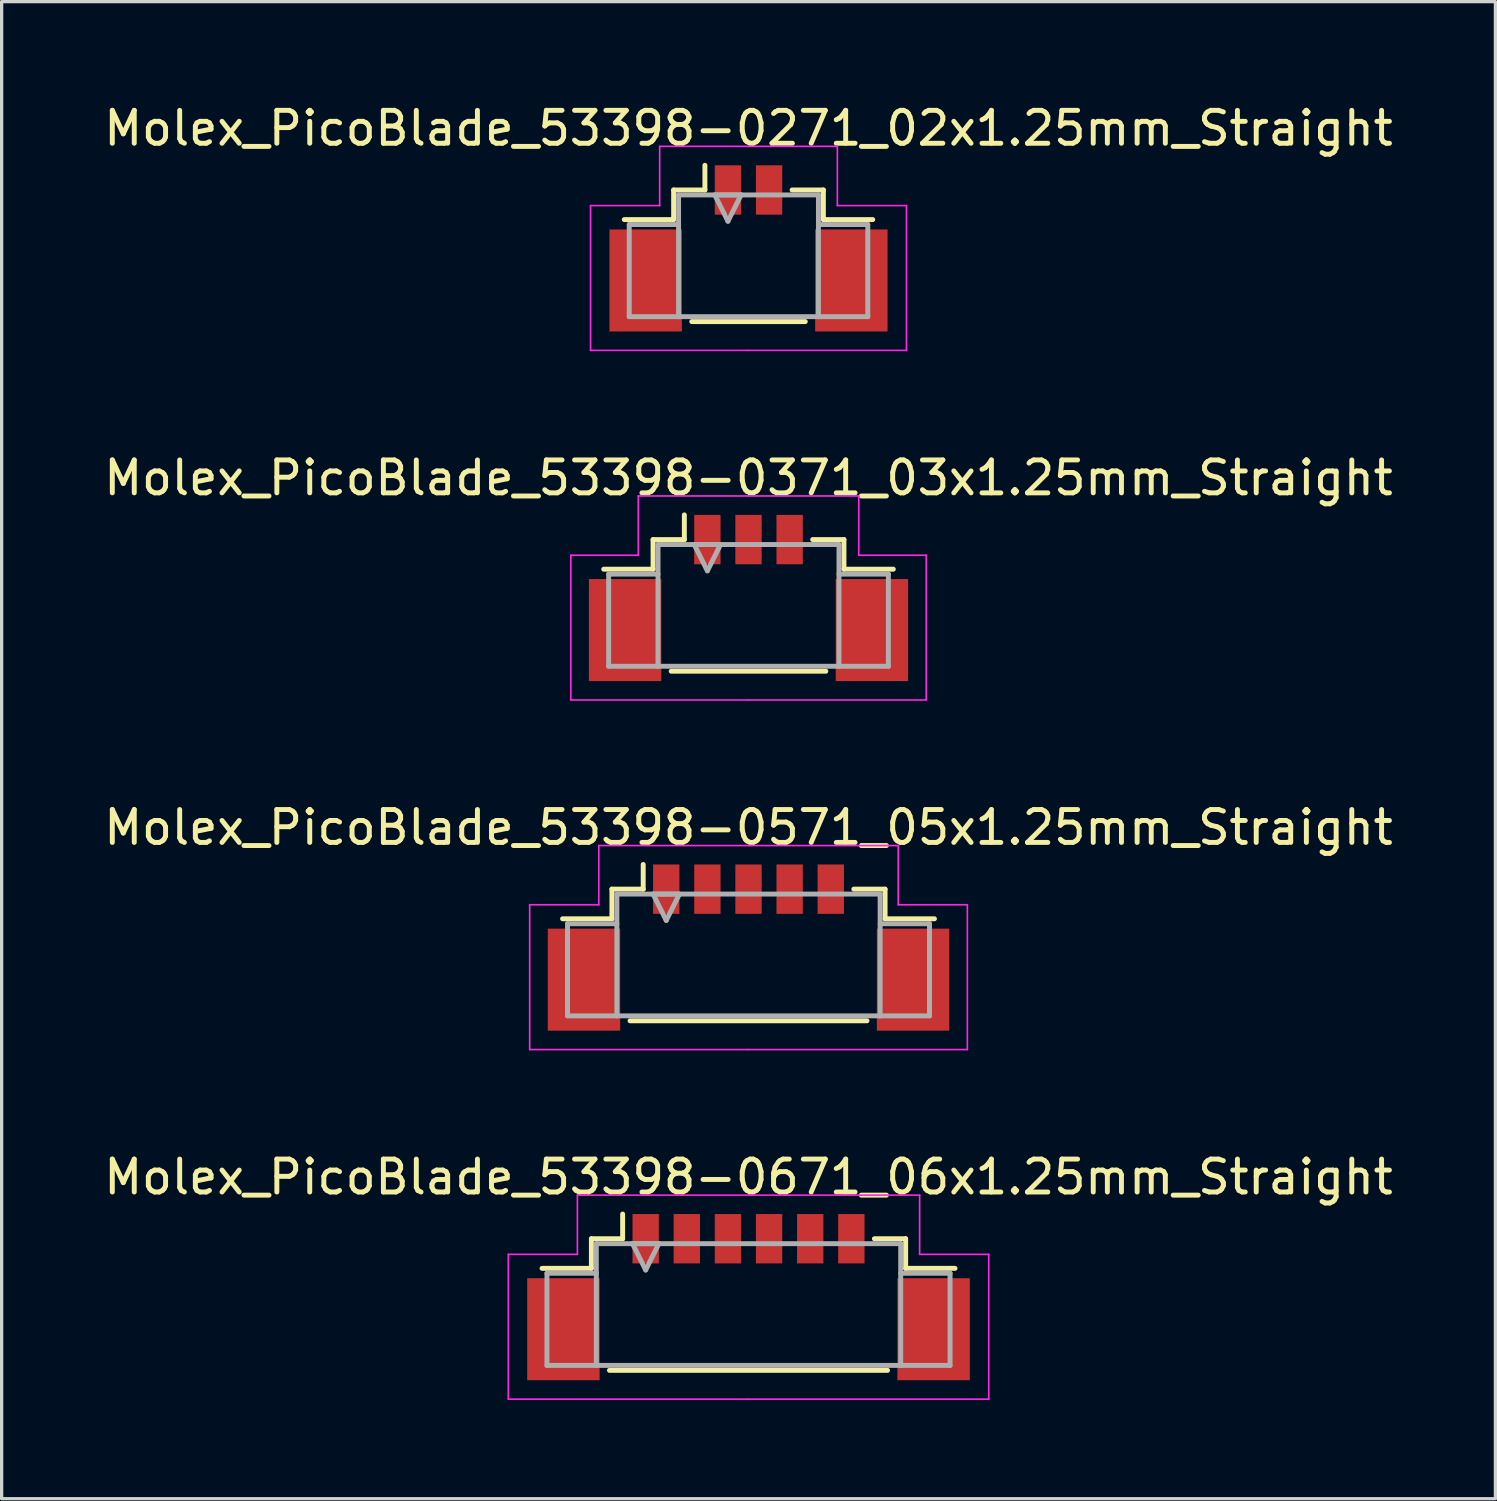
<source format=kicad_pcb>
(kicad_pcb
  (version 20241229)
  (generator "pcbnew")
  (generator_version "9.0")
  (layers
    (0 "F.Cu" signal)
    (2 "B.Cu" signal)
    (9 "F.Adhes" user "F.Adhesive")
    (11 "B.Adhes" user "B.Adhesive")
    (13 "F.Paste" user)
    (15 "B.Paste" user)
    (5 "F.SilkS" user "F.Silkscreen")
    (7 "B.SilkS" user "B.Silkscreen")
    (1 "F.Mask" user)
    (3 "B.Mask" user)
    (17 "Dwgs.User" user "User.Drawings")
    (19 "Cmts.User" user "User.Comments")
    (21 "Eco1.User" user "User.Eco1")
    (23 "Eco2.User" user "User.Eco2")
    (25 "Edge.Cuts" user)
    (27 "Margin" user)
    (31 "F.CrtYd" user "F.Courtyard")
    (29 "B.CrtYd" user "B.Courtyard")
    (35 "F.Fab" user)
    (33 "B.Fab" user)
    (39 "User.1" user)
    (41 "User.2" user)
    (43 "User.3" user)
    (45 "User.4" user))
  (footprint "Molex_PicoBlade_53398-0671_06x1.25mm_Straight"
    (layer "F.Cu")
    (at 19.696 35.968)
    (property "Reference" "Molex_PicoBlade_53398-0671_06x1.25mm_Straight" (at 0 -3.25 0) (layer "F.SilkS") (effects (font (size 1 1) (thickness 0.15))))
    (attr smd)
    (fp_line (start -4.775 -1.375) (end -4.775 -0.475) (stroke (width 0.15) (type solid)) (layer "F.SilkS"))
    (fp_line (start -4.775 -0.475) (end -6.275 -0.475) (stroke (width 0.15) (type solid)) (layer "F.SilkS"))
    (fp_line (start -4.225 2.625) (end 4.225 2.625) (stroke (width 0.15) (type solid)) (layer "F.SilkS"))
    (fp_line (start -3.825 -1.375) (end -4.775 -1.375) (stroke (width 0.15) (type solid)) (layer "F.SilkS"))
    (fp_line (start -3.825 -1.375) (end -3.825 -2.125) (stroke (width 0.15) (type solid)) (layer "F.SilkS"))
    (fp_line (start 3.825 -1.375) (end 4.775 -1.375) (stroke (width 0.15) (type solid)) (layer "F.SilkS"))
    (fp_line (start 4.775 -1.375) (end 4.775 -0.475) (stroke (width 0.15) (type solid)) (layer "F.SilkS"))
    (fp_line (start 4.775 -0.475) (end 6.275 -0.475) (stroke (width 0.15) (type solid)) (layer "F.SilkS"))
    (fp_line (start -7.3 -0.9) (end -7.3 3.5) (stroke (width 0.05) (type solid)) (layer "F.CrtYd"))
    (fp_line (start -7.3 3.5) (end 0 3.5) (stroke (width 0.05) (type solid)) (layer "F.CrtYd"))
    (fp_line (start -5.2 -2.7) (end -5.2 -0.9) (stroke (width 0.05) (type solid)) (layer "F.CrtYd"))
    (fp_line (start -5.2 -0.9) (end -7.3 -0.9) (stroke (width 0.05) (type solid)) (layer "F.CrtYd"))
    (fp_line (start 0 -2.7) (end -5.2 -2.7) (stroke (width 0.05) (type solid)) (layer "F.CrtYd"))
    (fp_line (start 0 -2.7) (end 5.2 -2.7) (stroke (width 0.05) (type solid)) (layer "F.CrtYd"))
    (fp_line (start 5.2 -2.7) (end 5.2 -0.9) (stroke (width 0.05) (type solid)) (layer "F.CrtYd"))
    (fp_line (start 5.2 -0.9) (end 7.3 -0.9) (stroke (width 0.05) (type solid)) (layer "F.CrtYd"))
    (fp_line (start 7.3 -0.9) (end 7.3 3.5) (stroke (width 0.05) (type solid)) (layer "F.CrtYd"))
    (fp_line (start 7.3 3.5) (end 0 3.5) (stroke (width 0.05) (type solid)) (layer "F.CrtYd"))
    (fp_line (start -6.125 -0.325) (end -4.625 -0.325) (stroke (width 0.15) (type solid)) (layer "F.Fab"))
    (fp_line (start -6.125 2.475) (end -6.125 -0.325) (stroke (width 0.15) (type solid)) (layer "F.Fab"))
    (fp_line (start -4.625 -1.225) (end -4.625 2.475) (stroke (width 0.15) (type solid)) (layer "F.Fab"))
    (fp_line (start -4.625 2.475) (end -6.125 2.475) (stroke (width 0.15) (type solid)) (layer "F.Fab"))
    (fp_line (start -4.625 2.475) (end 4.625 2.475) (stroke (width 0.15) (type solid)) (layer "F.Fab"))
    (fp_line (start -3.525 -1.225) (end -3.125 -0.425) (stroke (width 0.15) (type solid)) (layer "F.Fab"))
    (fp_line (start -3.125 -0.425) (end -2.725 -1.225) (stroke (width 0.15) (type solid)) (layer "F.Fab"))
    (fp_line (start -2.725 -1.225) (end -3.525 -1.225) (stroke (width 0.15) (type solid)) (layer "F.Fab"))
    (fp_line (start 4.625 -1.225) (end -4.625 -1.225) (stroke (width 0.15) (type solid)) (layer "F.Fab"))
    (fp_line (start 4.625 2.475) (end 4.625 -1.225) (stroke (width 0.15) (type solid)) (layer "F.Fab"))
    (fp_line (start 4.625 2.475) (end 6.125 2.475) (stroke (width 0.15) (type solid)) (layer "F.Fab"))
    (fp_line (start 6.125 -0.325) (end 4.625 -0.325) (stroke (width 0.15) (type solid)) (layer "F.Fab"))
    (fp_line (start 6.125 2.475) (end 6.125 -0.325) (stroke (width 0.15) (type solid)) (layer "F.Fab"))
    (pad "" smd rect (at -5.625 1.375) (size 2.2 3.1) (layers "F.Cu" "F.Mask" "F.Paste"))
    (pad "" smd rect (at 5.625 1.375) (size 2.2 3.1) (layers "F.Cu" "F.Mask" "F.Paste"))
    (pad "1" smd rect (at -3.125 -1.375) (size 0.8 1.5) (layers "F.Cu" "F.Mask" "F.Paste"))
    (pad "2" smd rect (at -1.875 -1.375) (size 0.8 1.5) (layers "F.Cu" "F.Mask" "F.Paste"))
    (pad "3" smd rect (at -0.625 -1.375) (size 0.8 1.5) (layers "F.Cu" "F.Mask" "F.Paste"))
    (pad "4" smd rect (at 0.625 -1.375) (size 0.8 1.5) (layers "F.Cu" "F.Mask" "F.Paste"))
    (pad "5" smd rect (at 1.875 -1.375) (size 0.8 1.5) (layers "F.Cu" "F.Mask" "F.Paste"))
    (pad "6" smd rect (at 3.125 -1.375) (size 0.8 1.5) (layers "F.Cu" "F.Mask" "F.Paste")))
  (footprint "Molex_PicoBlade_53398-0371_03x1.25mm_Straight"
    (layer "F.Cu")
    (at 19.696 14.722)
    (property "Reference" "Molex_PicoBlade_53398-0371_03x1.25mm_Straight" (at 0 -3.25 0) (layer "F.SilkS") (effects (font (size 1 1) (thickness 0.15))))
    (attr smd)
    (fp_line (start -2.9 -1.375) (end -2.9 -0.475) (stroke (width 0.15) (type solid)) (layer "F.SilkS"))
    (fp_line (start -2.9 -0.475) (end -4.4 -0.475) (stroke (width 0.15) (type solid)) (layer "F.SilkS"))
    (fp_line (start -2.35 2.625) (end 2.35 2.625) (stroke (width 0.15) (type solid)) (layer "F.SilkS"))
    (fp_line (start -1.95 -1.375) (end -2.9 -1.375) (stroke (width 0.15) (type solid)) (layer "F.SilkS"))
    (fp_line (start -1.95 -1.375) (end -1.95 -2.125) (stroke (width 0.15) (type solid)) (layer "F.SilkS"))
    (fp_line (start 1.95 -1.375) (end 2.9 -1.375) (stroke (width 0.15) (type solid)) (layer "F.SilkS"))
    (fp_line (start 2.9 -1.375) (end 2.9 -0.475) (stroke (width 0.15) (type solid)) (layer "F.SilkS"))
    (fp_line (start 2.9 -0.475) (end 4.4 -0.475) (stroke (width 0.15) (type solid)) (layer "F.SilkS"))
    (fp_line (start -5.4 -0.9) (end -5.4 3.5) (stroke (width 0.05) (type solid)) (layer "F.CrtYd"))
    (fp_line (start -5.4 3.5) (end 0 3.5) (stroke (width 0.05) (type solid)) (layer "F.CrtYd"))
    (fp_line (start -3.35 -2.7) (end -3.35 -0.9) (stroke (width 0.05) (type solid)) (layer "F.CrtYd"))
    (fp_line (start -3.35 -0.9) (end -5.4 -0.9) (stroke (width 0.05) (type solid)) (layer "F.CrtYd"))
    (fp_line (start 0 -2.7) (end -3.35 -2.7) (stroke (width 0.05) (type solid)) (layer "F.CrtYd"))
    (fp_line (start 0 -2.7) (end 3.35 -2.7) (stroke (width 0.05) (type solid)) (layer "F.CrtYd"))
    (fp_line (start 3.35 -2.7) (end 3.35 -0.9) (stroke (width 0.05) (type solid)) (layer "F.CrtYd"))
    (fp_line (start 3.35 -0.9) (end 5.4 -0.9) (stroke (width 0.05) (type solid)) (layer "F.CrtYd"))
    (fp_line (start 5.4 -0.9) (end 5.4 3.5) (stroke (width 0.05) (type solid)) (layer "F.CrtYd"))
    (fp_line (start 5.4 3.5) (end 0 3.5) (stroke (width 0.05) (type solid)) (layer "F.CrtYd"))
    (fp_line (start -4.25 -0.325) (end -2.75 -0.325) (stroke (width 0.15) (type solid)) (layer "F.Fab"))
    (fp_line (start -4.25 2.475) (end -4.25 -0.325) (stroke (width 0.15) (type solid)) (layer "F.Fab"))
    (fp_line (start -2.75 -1.225) (end -2.75 2.475) (stroke (width 0.15) (type solid)) (layer "F.Fab"))
    (fp_line (start -2.75 2.475) (end -4.25 2.475) (stroke (width 0.15) (type solid)) (layer "F.Fab"))
    (fp_line (start -2.75 2.475) (end 2.75 2.475) (stroke (width 0.15) (type solid)) (layer "F.Fab"))
    (fp_line (start -1.65 -1.225) (end -1.25 -0.425) (stroke (width 0.15) (type solid)) (layer "F.Fab"))
    (fp_line (start -1.25 -0.425) (end -0.85 -1.225) (stroke (width 0.15) (type solid)) (layer "F.Fab"))
    (fp_line (start -0.85 -1.225) (end -1.65 -1.225) (stroke (width 0.15) (type solid)) (layer "F.Fab"))
    (fp_line (start 2.75 -1.225) (end -2.75 -1.225) (stroke (width 0.15) (type solid)) (layer "F.Fab"))
    (fp_line (start 2.75 2.475) (end 2.75 -1.225) (stroke (width 0.15) (type solid)) (layer "F.Fab"))
    (fp_line (start 2.75 2.475) (end 4.25 2.475) (stroke (width 0.15) (type solid)) (layer "F.Fab"))
    (fp_line (start 4.25 -0.325) (end 2.75 -0.325) (stroke (width 0.15) (type solid)) (layer "F.Fab"))
    (fp_line (start 4.25 2.475) (end 4.25 -0.325) (stroke (width 0.15) (type solid)) (layer "F.Fab"))
    (pad "" smd rect (at -3.75 1.375) (size 2.2 3.1) (layers "F.Cu" "F.Mask" "F.Paste"))
    (pad "" smd rect (at 3.75 1.375) (size 2.2 3.1) (layers "F.Cu" "F.Mask" "F.Paste"))
    (pad "1" smd rect (at -1.25 -1.375) (size 0.8 1.5) (layers "F.Cu" "F.Mask" "F.Paste"))
    (pad "2" smd rect (at 0 -1.375) (size 0.8 1.5) (layers "F.Cu" "F.Mask" "F.Paste"))
    (pad "3" smd rect (at 1.25 -1.375) (size 0.8 1.5) (layers "F.Cu" "F.Mask" "F.Paste")))
  (footprint "Molex_PicoBlade_53398-0271_02x1.25mm_Straight"
    (layer "F.Cu")
    (at 19.696 4.098)
    (property "Reference" "Molex_PicoBlade_53398-0271_02x1.25mm_Straight" (at 0 -3.25 0) (layer "F.SilkS") (effects (font (size 1 1) (thickness 0.15))))
    (attr smd)
    (fp_line (start -2.275 -1.375) (end -2.275 -0.475) (stroke (width 0.15) (type solid)) (layer "F.SilkS"))
    (fp_line (start -2.275 -0.475) (end -3.775 -0.475) (stroke (width 0.15) (type solid)) (layer "F.SilkS"))
    (fp_line (start -1.725 2.625) (end 1.725 2.625) (stroke (width 0.15) (type solid)) (layer "F.SilkS"))
    (fp_line (start -1.325 -1.375) (end -2.275 -1.375) (stroke (width 0.15) (type solid)) (layer "F.SilkS"))
    (fp_line (start -1.325 -1.375) (end -1.325 -2.125) (stroke (width 0.15) (type solid)) (layer "F.SilkS"))
    (fp_line (start 1.325 -1.375) (end 2.275 -1.375) (stroke (width 0.15) (type solid)) (layer "F.SilkS"))
    (fp_line (start 2.275 -1.375) (end 2.275 -0.475) (stroke (width 0.15) (type solid)) (layer "F.SilkS"))
    (fp_line (start 2.275 -0.475) (end 3.775 -0.475) (stroke (width 0.15) (type solid)) (layer "F.SilkS"))
    (fp_line (start -4.8 -0.9) (end -4.8 3.5) (stroke (width 0.05) (type solid)) (layer "F.CrtYd"))
    (fp_line (start -4.8 3.5) (end 0 3.5) (stroke (width 0.05) (type solid)) (layer "F.CrtYd"))
    (fp_line (start -2.7 -2.7) (end -2.7 -0.9) (stroke (width 0.05) (type solid)) (layer "F.CrtYd"))
    (fp_line (start -2.7 -0.9) (end -4.8 -0.9) (stroke (width 0.05) (type solid)) (layer "F.CrtYd"))
    (fp_line (start 0 -2.7) (end -2.7 -2.7) (stroke (width 0.05) (type solid)) (layer "F.CrtYd"))
    (fp_line (start 0 -2.7) (end 2.7 -2.7) (stroke (width 0.05) (type solid)) (layer "F.CrtYd"))
    (fp_line (start 2.7 -2.7) (end 2.7 -0.9) (stroke (width 0.05) (type solid)) (layer "F.CrtYd"))
    (fp_line (start 2.7 -0.9) (end 4.8 -0.9) (stroke (width 0.05) (type solid)) (layer "F.CrtYd"))
    (fp_line (start 4.8 -0.9) (end 4.8 3.5) (stroke (width 0.05) (type solid)) (layer "F.CrtYd"))
    (fp_line (start 4.8 3.5) (end 0 3.5) (stroke (width 0.05) (type solid)) (layer "F.CrtYd"))
    (fp_line (start -3.625 -0.325) (end -2.125 -0.325) (stroke (width 0.15) (type solid)) (layer "F.Fab"))
    (fp_line (start -3.625 2.475) (end -3.625 -0.325) (stroke (width 0.15) (type solid)) (layer "F.Fab"))
    (fp_line (start -2.125 -1.225) (end -2.125 2.475) (stroke (width 0.15) (type solid)) (layer "F.Fab"))
    (fp_line (start -2.125 2.475) (end -3.625 2.475) (stroke (width 0.15) (type solid)) (layer "F.Fab"))
    (fp_line (start -2.125 2.475) (end 2.125 2.475) (stroke (width 0.15) (type solid)) (layer "F.Fab"))
    (fp_line (start -1.025 -1.225) (end -0.625 -0.425) (stroke (width 0.15) (type solid)) (layer "F.Fab"))
    (fp_line (start -0.625 -0.425) (end -0.225 -1.225) (stroke (width 0.15) (type solid)) (layer "F.Fab"))
    (fp_line (start -0.225 -1.225) (end -1.025 -1.225) (stroke (width 0.15) (type solid)) (layer "F.Fab"))
    (fp_line (start 2.125 -1.225) (end -2.125 -1.225) (stroke (width 0.15) (type solid)) (layer "F.Fab"))
    (fp_line (start 2.125 2.475) (end 2.125 -1.225) (stroke (width 0.15) (type solid)) (layer "F.Fab"))
    (fp_line (start 2.125 2.475) (end 3.625 2.475) (stroke (width 0.15) (type solid)) (layer "F.Fab"))
    (fp_line (start 3.625 -0.325) (end 2.125 -0.325) (stroke (width 0.15) (type solid)) (layer "F.Fab"))
    (fp_line (start 3.625 2.475) (end 3.625 -0.325) (stroke (width 0.15) (type solid)) (layer "F.Fab"))
    (pad "" smd rect (at -3.125 1.375) (size 2.2 3.1) (layers "F.Cu" "F.Mask" "F.Paste"))
    (pad "" smd rect (at 3.125 1.375) (size 2.2 3.1) (layers "F.Cu" "F.Mask" "F.Paste"))
    (pad "1" smd rect (at -0.625 -1.375) (size 0.8 1.5) (layers "F.Cu" "F.Mask" "F.Paste"))
    (pad "2" smd rect (at 0.625 -1.375) (size 0.8 1.5) (layers "F.Cu" "F.Mask" "F.Paste")))
  (footprint "Molex_PicoBlade_53398-0571_05x1.25mm_Straight"
    (layer "F.Cu")
    (at 19.696 25.345)
    (property "Reference" "Molex_PicoBlade_53398-0571_05x1.25mm_Straight" (at 0 -3.25 0) (layer "F.SilkS") (effects (font (size 1 1) (thickness 0.15))))
    (attr smd)
    (fp_line (start -4.15 -1.375) (end -4.15 -0.475) (stroke (width 0.15) (type solid)) (layer "F.SilkS"))
    (fp_line (start -4.15 -0.475) (end -5.65 -0.475) (stroke (width 0.15) (type solid)) (layer "F.SilkS"))
    (fp_line (start -3.6 2.625) (end 3.6 2.625) (stroke (width 0.15) (type solid)) (layer "F.SilkS"))
    (fp_line (start -3.2 -1.375) (end -4.15 -1.375) (stroke (width 0.15) (type solid)) (layer "F.SilkS"))
    (fp_line (start -3.2 -1.375) (end -3.2 -2.125) (stroke (width 0.15) (type solid)) (layer "F.SilkS"))
    (fp_line (start 3.2 -1.375) (end 4.15 -1.375) (stroke (width 0.15) (type solid)) (layer "F.SilkS"))
    (fp_line (start 4.15 -1.375) (end 4.15 -0.475) (stroke (width 0.15) (type solid)) (layer "F.SilkS"))
    (fp_line (start 4.15 -0.475) (end 5.65 -0.475) (stroke (width 0.15) (type solid)) (layer "F.SilkS"))
    (fp_line (start -6.65 -0.9) (end -6.65 3.5) (stroke (width 0.05) (type solid)) (layer "F.CrtYd"))
    (fp_line (start -6.65 3.5) (end 0 3.5) (stroke (width 0.05) (type solid)) (layer "F.CrtYd"))
    (fp_line (start -4.55 -2.7) (end -4.55 -0.9) (stroke (width 0.05) (type solid)) (layer "F.CrtYd"))
    (fp_line (start -4.55 -0.9) (end -6.65 -0.9) (stroke (width 0.05) (type solid)) (layer "F.CrtYd"))
    (fp_line (start 0 -2.7) (end -4.55 -2.7) (stroke (width 0.05) (type solid)) (layer "F.CrtYd"))
    (fp_line (start 0 -2.7) (end 4.55 -2.7) (stroke (width 0.05) (type solid)) (layer "F.CrtYd"))
    (fp_line (start 4.55 -2.7) (end 4.55 -0.9) (stroke (width 0.05) (type solid)) (layer "F.CrtYd"))
    (fp_line (start 4.55 -0.9) (end 6.65 -0.9) (stroke (width 0.05) (type solid)) (layer "F.CrtYd"))
    (fp_line (start 6.65 -0.9) (end 6.65 3.5) (stroke (width 0.05) (type solid)) (layer "F.CrtYd"))
    (fp_line (start 6.65 3.5) (end 0 3.5) (stroke (width 0.05) (type solid)) (layer "F.CrtYd"))
    (fp_line (start -5.5 -0.325) (end -4 -0.325) (stroke (width 0.15) (type solid)) (layer "F.Fab"))
    (fp_line (start -5.5 2.475) (end -5.5 -0.325) (stroke (width 0.15) (type solid)) (layer "F.Fab"))
    (fp_line (start -4 -1.225) (end -4 2.475) (stroke (width 0.15) (type solid)) (layer "F.Fab"))
    (fp_line (start -4 2.475) (end -5.5 2.475) (stroke (width 0.15) (type solid)) (layer "F.Fab"))
    (fp_line (start -4 2.475) (end 4 2.475) (stroke (width 0.15) (type solid)) (layer "F.Fab"))
    (fp_line (start -2.9 -1.225) (end -2.5 -0.425) (stroke (width 0.15) (type solid)) (layer "F.Fab"))
    (fp_line (start -2.5 -0.425) (end -2.1 -1.225) (stroke (width 0.15) (type solid)) (layer "F.Fab"))
    (fp_line (start -2.1 -1.225) (end -2.9 -1.225) (stroke (width 0.15) (type solid)) (layer "F.Fab"))
    (fp_line (start 4 -1.225) (end -4 -1.225) (stroke (width 0.15) (type solid)) (layer "F.Fab"))
    (fp_line (start 4 2.475) (end 4 -1.225) (stroke (width 0.15) (type solid)) (layer "F.Fab"))
    (fp_line (start 4 2.475) (end 5.5 2.475) (stroke (width 0.15) (type solid)) (layer "F.Fab"))
    (fp_line (start 5.5 -0.325) (end 4 -0.325) (stroke (width 0.15) (type solid)) (layer "F.Fab"))
    (fp_line (start 5.5 2.475) (end 5.5 -0.325) (stroke (width 0.15) (type solid)) (layer "F.Fab"))
    (pad "" smd rect (at -5 1.375) (size 2.2 3.1) (layers "F.Cu" "F.Mask" "F.Paste"))
    (pad "" smd rect (at 5 1.375) (size 2.2 3.1) (layers "F.Cu" "F.Mask" "F.Paste"))
    (pad "1" smd rect (at -2.5 -1.375) (size 0.8 1.5) (layers "F.Cu" "F.Mask" "F.Paste"))
    (pad "2" smd rect (at -1.25 -1.375) (size 0.8 1.5) (layers "F.Cu" "F.Mask" "F.Paste"))
    (pad "3" smd rect (at 0 -1.375) (size 0.8 1.5) (layers "F.Cu" "F.Mask" "F.Paste"))
    (pad "4" smd rect (at 1.25 -1.375) (size 0.8 1.5) (layers "F.Cu" "F.Mask" "F.Paste"))
    (pad "5" smd rect (at 2.5 -1.375) (size 0.8 1.5) (layers "F.Cu" "F.Mask" "F.Paste")))
  (gr_rect
    (start -3 -3)
    (end 42.393 42.493)
    (stroke (width 0.1) (type default))
    (fill no)
    (layer "Edge.Cuts")))
</source>
